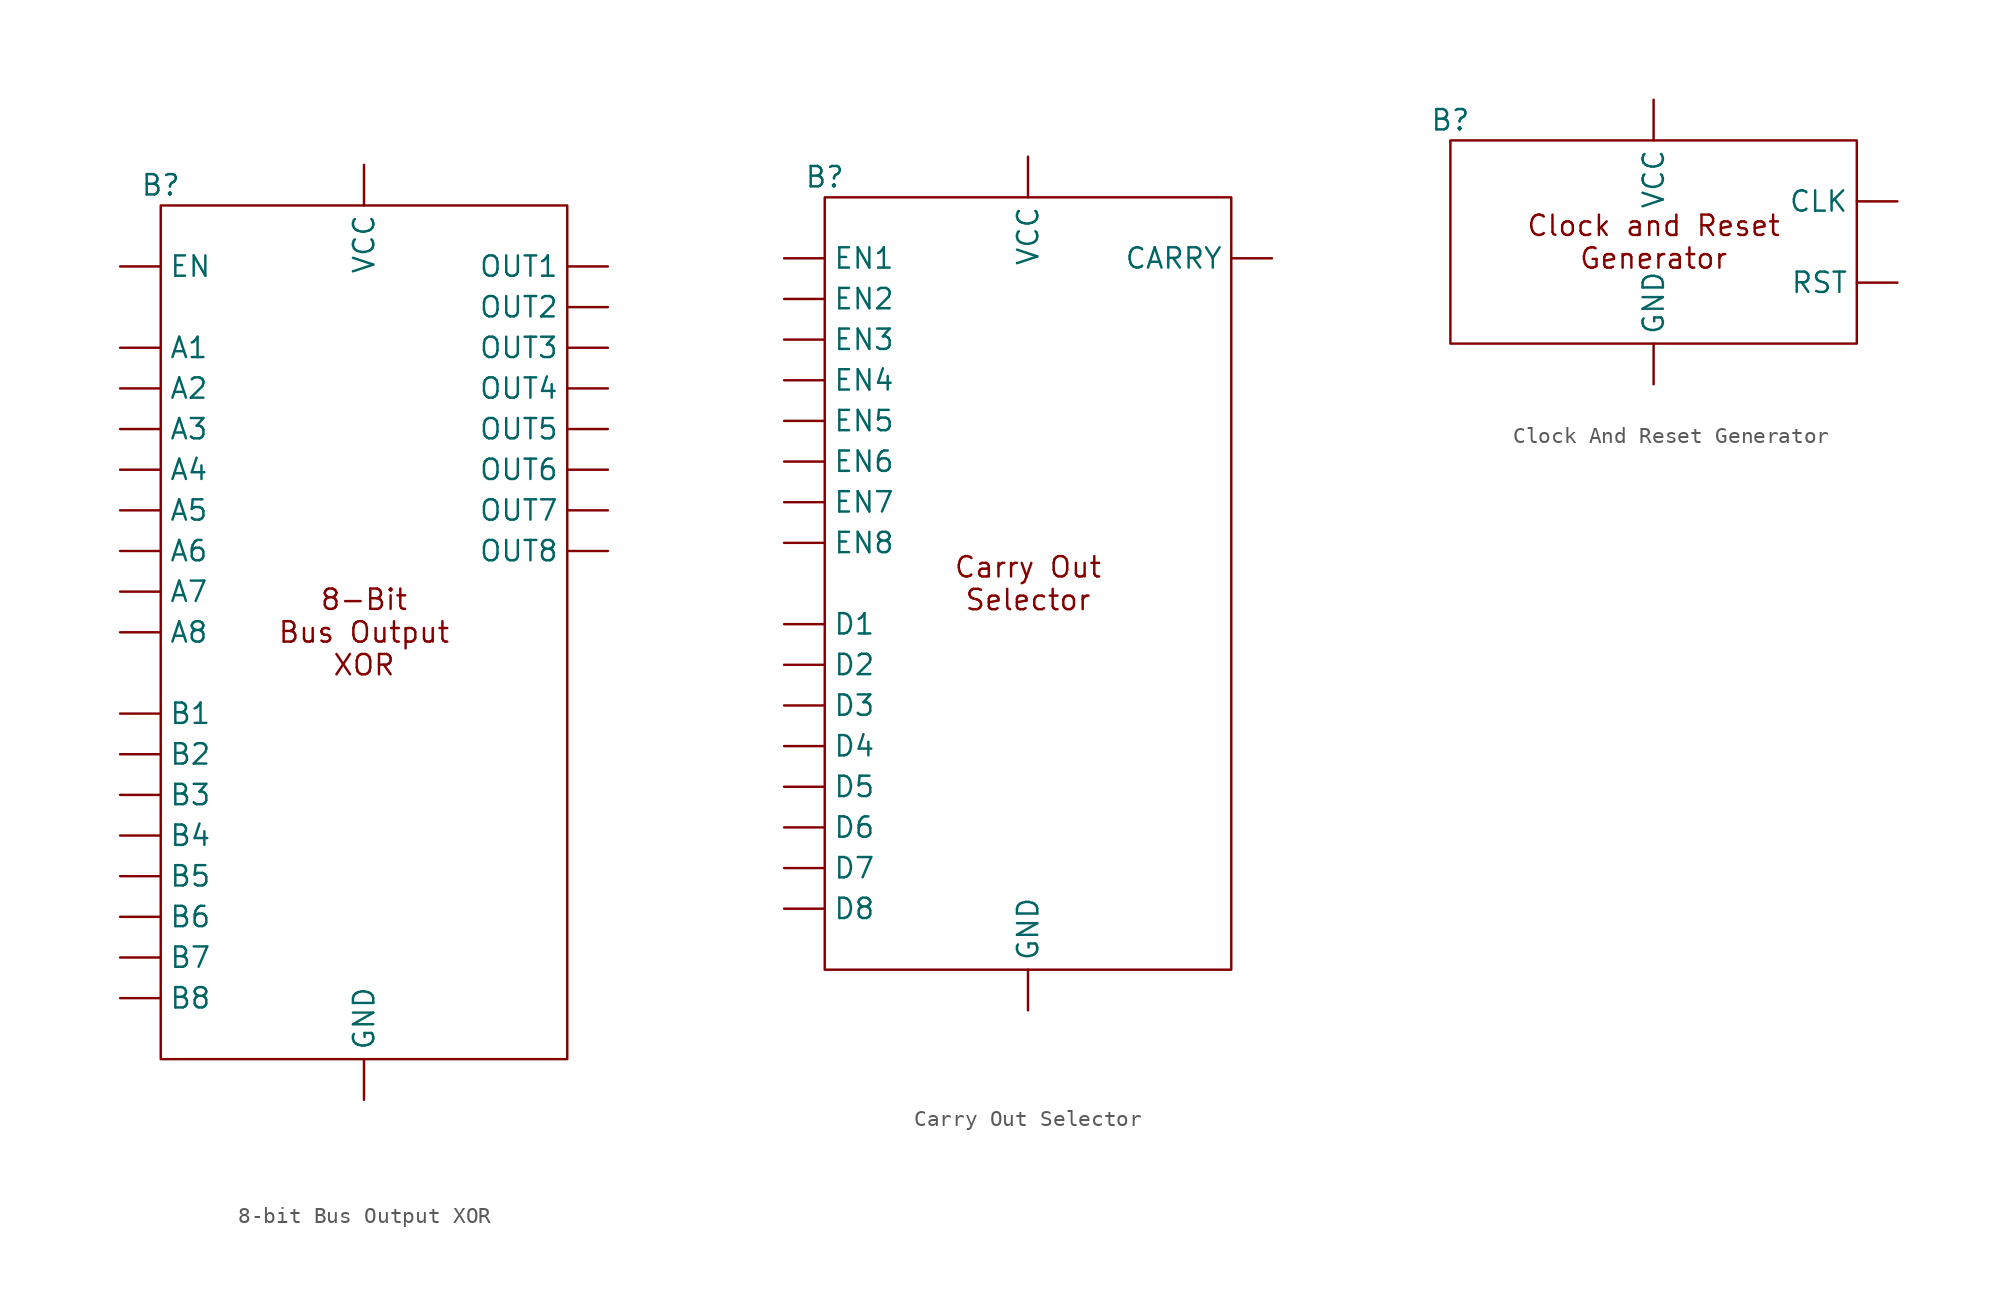
<source format=kicad_sym>
(kicad_symbol_lib
  (version 20220914)
  (generator kicad_symbol_editor)
  (symbol "8-bit Bus Output XOR"
    (property "Reference" "B"
      (at -12.7 27.94 0)
      (effects (font (size 1.27 1.27))))
    (property "Value" ""
      (at 0 13.97 0)
      (effects (font (size 1.27 1.27))))
    (symbol "8-bit Bus Output XOR_0_1"
      (rectangle (start -12.7 26.67) (end 12.7 -26.67) (stroke (width 0) (type default)) (fill (type none))))
    (symbol "8-bit Bus Output XOR_1_1"
      (text "8-Bit\nBus Output\nXOR" (at 0 0 0) (effects (font (size 1.27 1.27))))
      (pin input line (at -15.24 17.78 0) (length 2.54) (name "A1" (effects (font (size 1.27 1.27)))) (number "" (effects (font (size 1.27 1.27)))))
      (pin input line (at -15.24 15.24 0) (length 2.54) (name "A2" (effects (font (size 1.27 1.27)))) (number "" (effects (font (size 1.27 1.27)))))
      (pin input line (at -15.24 12.7 0) (length 2.54) (name "A3" (effects (font (size 1.27 1.27)))) (number "" (effects (font (size 1.27 1.27)))))
      (pin input line (at -15.24 10.16 0) (length 2.54) (name "A4" (effects (font (size 1.27 1.27)))) (number "" (effects (font (size 1.27 1.27)))))
      (pin input line (at -15.24 7.62 0) (length 2.54) (name "A5" (effects (font (size 1.27 1.27)))) (number "" (effects (font (size 1.27 1.27)))))
      (pin input line (at -15.24 5.08 0) (length 2.54) (name "A6" (effects (font (size 1.27 1.27)))) (number "" (effects (font (size 1.27 1.27)))))
      (pin input line (at -15.24 2.54 0) (length 2.54) (name "A7" (effects (font (size 1.27 1.27)))) (number "" (effects (font (size 1.27 1.27)))))
      (pin input line (at -15.24 0 0) (length 2.54) (name "A8" (effects (font (size 1.27 1.27)))) (number "" (effects (font (size 1.27 1.27)))))
      (pin input line (at -15.24 -5.08 0) (length 2.54) (name "B1" (effects (font (size 1.27 1.27)))) (number "" (effects (font (size 1.27 1.27)))))
      (pin input line (at -15.24 -7.62 0) (length 2.54) (name "B2" (effects (font (size 1.27 1.27)))) (number "" (effects (font (size 1.27 1.27)))))
      (pin input line (at -15.24 -10.16 0) (length 2.54) (name "B3" (effects (font (size 1.27 1.27)))) (number "" (effects (font (size 1.27 1.27)))))
      (pin input line (at -15.24 -12.7 0) (length 2.54) (name "B4" (effects (font (size 1.27 1.27)))) (number "" (effects (font (size 1.27 1.27)))))
      (pin input line (at -15.24 -15.24 0) (length 2.54) (name "B5" (effects (font (size 1.27 1.27)))) (number "" (effects (font (size 1.27 1.27)))))
      (pin input line (at -15.24 -17.78 0) (length 2.54) (name "B6" (effects (font (size 1.27 1.27)))) (number "" (effects (font (size 1.27 1.27)))))
      (pin input line (at -15.24 -20.32 0) (length 2.54) (name "B7" (effects (font (size 1.27 1.27)))) (number "" (effects (font (size 1.27 1.27)))))
      (pin input line (at -15.24 -22.86 0) (length 2.54) (name "B8" (effects (font (size 1.27 1.27)))) (number "" (effects (font (size 1.27 1.27)))))
      (pin input line (at -15.24 22.86 0) (length 2.54) (name "EN" (effects (font (size 1.27 1.27)))) (number "" (effects (font (size 1.27 1.27)))))
      (pin power_in line (at 0 -29.21 90) (length 2.54) (name "GND" (effects (font (size 1.27 1.27)))) (number "" (effects (font (size 1.27 1.27)))))
      (pin open_collector line (at 15.24 22.86 180) (length 2.54) (name "OUT1" (effects (font (size 1.27 1.27)))) (number "" (effects (font (size 1.27 1.27)))))
      (pin open_collector line (at 15.24 20.32 180) (length 2.54) (name "OUT2" (effects (font (size 1.27 1.27)))) (number "" (effects (font (size 1.27 1.27)))))
      (pin open_collector line (at 15.24 17.78 180) (length 2.54) (name "OUT3" (effects (font (size 1.27 1.27)))) (number "" (effects (font (size 1.27 1.27)))))
      (pin open_collector line (at 15.24 15.24 180) (length 2.54) (name "OUT4" (effects (font (size 1.27 1.27)))) (number "" (effects (font (size 1.27 1.27)))))
      (pin open_collector line (at 15.24 12.7 180) (length 2.54) (name "OUT5" (effects (font (size 1.27 1.27)))) (number "" (effects (font (size 1.27 1.27)))))
      (pin open_collector line (at 15.24 10.16 180) (length 2.54) (name "OUT6" (effects (font (size 1.27 1.27)))) (number "" (effects (font (size 1.27 1.27)))))
      (pin open_collector line (at 15.24 7.62 180) (length 2.54) (name "OUT7" (effects (font (size 1.27 1.27)))) (number "" (effects (font (size 1.27 1.27)))))
      (pin open_collector line (at 15.24 5.08 180) (length 2.54) (name "OUT8" (effects (font (size 1.27 1.27)))) (number "" (effects (font (size 1.27 1.27)))))
      (pin power_in line (at 0 29.21 270) (length 2.54) (name "VCC" (effects (font (size 1.27 1.27)))) (number "" (effects (font (size 1.27 1.27)))))))
  (symbol "Carry Out Selector"
    (property "Reference" "B"
      (at -12.7 25.4 0)
      (effects (font (size 1.27 1.27))))
    (property "Value" ""
      (at 0 11.43 0)
      (effects (font (size 1.27 1.27))))
    (symbol "Carry Out Selector_0_1"
      (rectangle (start -12.7 24.13) (end 12.7 -24.13) (stroke (width 0) (type default)) (fill (type none))))
    (symbol "Carry Out Selector_1_1"
      (text "Carry Out\nSelector" (at 0 0 0) (effects (font (size 1.27 1.27))))
      (pin output line (at 15.24 20.32 180) (length 2.54) (name "CARRY" (effects (font (size 1.27 1.27)))) (number "" (effects (font (size 1.27 1.27)))))
      (pin input line (at -15.24 -2.54 0) (length 2.54) (name "D1" (effects (font (size 1.27 1.27)))) (number "" (effects (font (size 1.27 1.27)))))
      (pin input line (at -15.24 -5.08 0) (length 2.54) (name "D2" (effects (font (size 1.27 1.27)))) (number "" (effects (font (size 1.27 1.27)))))
      (pin input line (at -15.24 -7.62 0) (length 2.54) (name "D3" (effects (font (size 1.27 1.27)))) (number "" (effects (font (size 1.27 1.27)))))
      (pin input line (at -15.24 -10.16 0) (length 2.54) (name "D4" (effects (font (size 1.27 1.27)))) (number "" (effects (font (size 1.27 1.27)))))
      (pin input line (at -15.24 -12.7 0) (length 2.54) (name "D5" (effects (font (size 1.27 1.27)))) (number "" (effects (font (size 1.27 1.27)))))
      (pin input line (at -15.24 -15.24 0) (length 2.54) (name "D6" (effects (font (size 1.27 1.27)))) (number "" (effects (font (size 1.27 1.27)))))
      (pin input line (at -15.24 -17.78 0) (length 2.54) (name "D7" (effects (font (size 1.27 1.27)))) (number "" (effects (font (size 1.27 1.27)))))
      (pin input line (at -15.24 -20.32 0) (length 2.54) (name "D8" (effects (font (size 1.27 1.27)))) (number "" (effects (font (size 1.27 1.27)))))
      (pin input line (at -15.24 20.32 0) (length 2.54) (name "EN1" (effects (font (size 1.27 1.27)))) (number "" (effects (font (size 1.27 1.27)))))
      (pin input line (at -15.24 17.78 0) (length 2.54) (name "EN2" (effects (font (size 1.27 1.27)))) (number "" (effects (font (size 1.27 1.27)))))
      (pin input line (at -15.24 15.24 0) (length 2.54) (name "EN3" (effects (font (size 1.27 1.27)))) (number "" (effects (font (size 1.27 1.27)))))
      (pin input line (at -15.24 12.7 0) (length 2.54) (name "EN4" (effects (font (size 1.27 1.27)))) (number "" (effects (font (size 1.27 1.27)))))
      (pin input line (at -15.24 10.16 0) (length 2.54) (name "EN5" (effects (font (size 1.27 1.27)))) (number "" (effects (font (size 1.27 1.27)))))
      (pin input line (at -15.24 7.62 0) (length 2.54) (name "EN6" (effects (font (size 1.27 1.27)))) (number "" (effects (font (size 1.27 1.27)))))
      (pin input line (at -15.24 5.08 0) (length 2.54) (name "EN7" (effects (font (size 1.27 1.27)))) (number "" (effects (font (size 1.27 1.27)))))
      (pin input line (at -15.24 2.54 0) (length 2.54) (name "EN8" (effects (font (size 1.27 1.27)))) (number "" (effects (font (size 1.27 1.27)))))
      (pin power_in line (at 0 -26.67 90) (length 2.54) (name "GND" (effects (font (size 1.27 1.27)))) (number "" (effects (font (size 1.27 1.27)))))
      (pin power_in line (at 0 26.67 270) (length 2.54) (name "VCC" (effects (font (size 1.27 1.27)))) (number "" (effects (font (size 1.27 1.27)))))))
  (symbol "Clock And Reset Generator"
    (property "Reference" "B"
      (at -12.7 7.62 0)
      (effects (font (size 1.27 1.27))))
    (property "Value" ""
      (at 0 -6.35 0)
      (effects (font (size 1.27 1.27))))
    (symbol "Clock And Reset Generator_0_1"
      (rectangle (start -12.7 6.35) (end 12.7 -6.35) (stroke (width 0) (type default)) (fill (type none))))
    (symbol "Clock And Reset Generator_1_1"
      (text "Clock and Reset\nGenerator" (at 0 0 0) (effects (font (size 1.27 1.27))))
      (pin output line (at 15.24 2.54 180) (length 2.54) (name "CLK" (effects (font (size 1.27 1.27)))) (number "" (effects (font (size 1.27 1.27)))))
      (pin power_in line (at 0 -8.89 90) (length 2.54) (name "GND" (effects (font (size 1.27 1.27)))) (number "" (effects (font (size 1.27 1.27)))))
      (pin output line (at 15.24 -2.54 180) (length 2.54) (name "RST" (effects (font (size 1.27 1.27)))) (number "" (effects (font (size 1.27 1.27)))))
      (pin power_in line (at 0 8.89 270) (length 2.54) (name "VCC" (effects (font (size 1.27 1.27)))) (number "" (effects (font (size 1.27 1.27))))))))
</source>
